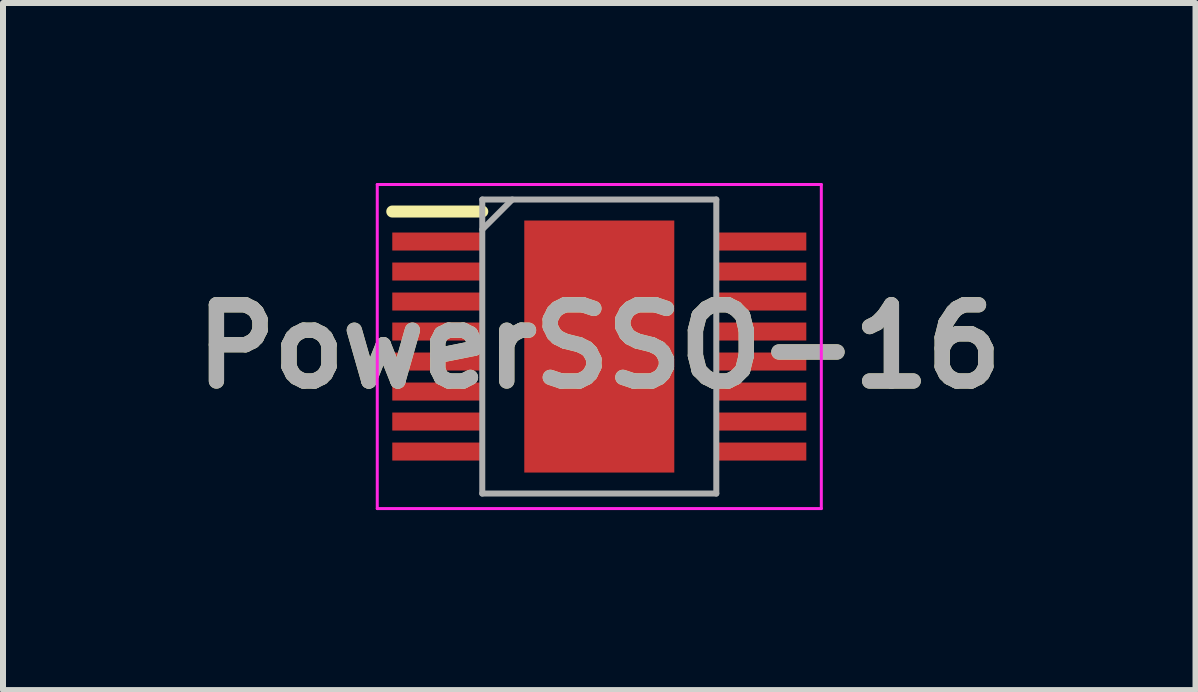
<source format=kicad_pcb>
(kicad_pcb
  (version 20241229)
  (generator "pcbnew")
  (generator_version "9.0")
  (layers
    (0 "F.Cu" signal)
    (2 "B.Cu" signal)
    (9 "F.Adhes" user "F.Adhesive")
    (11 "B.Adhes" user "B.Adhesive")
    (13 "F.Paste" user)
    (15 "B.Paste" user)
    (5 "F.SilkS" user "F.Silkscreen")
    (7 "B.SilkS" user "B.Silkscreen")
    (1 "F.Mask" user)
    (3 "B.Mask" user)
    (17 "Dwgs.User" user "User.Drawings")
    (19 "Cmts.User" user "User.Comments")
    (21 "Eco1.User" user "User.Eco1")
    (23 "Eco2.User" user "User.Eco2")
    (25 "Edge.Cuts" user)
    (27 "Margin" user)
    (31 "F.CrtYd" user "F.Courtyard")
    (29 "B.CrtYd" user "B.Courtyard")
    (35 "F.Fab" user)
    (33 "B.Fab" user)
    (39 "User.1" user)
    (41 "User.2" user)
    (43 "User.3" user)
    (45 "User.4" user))
  (footprint "PowerSSO-16"
    (layer "F.Cu")
    (at 6.937 2.725)
    (property "Reference" "PowerSSO-16" (at 0 0 0) (layer "F.SilkS") (effects (font (size 1.27 1.27) (thickness 0.254))))
    (attr smd)
    (fp_line (start -3.45 -2.25) (end -1.95 -2.25) (stroke (width 0.2) (type solid)) (layer "F.SilkS"))
    (fp_line (start -3.7 -2.7) (end 3.7 -2.7) (stroke (width 0.05) (type solid)) (layer "F.CrtYd"))
    (fp_line (start -3.7 2.7) (end -3.7 -2.7) (stroke (width 0.05) (type solid)) (layer "F.CrtYd"))
    (fp_line (start 3.7 -2.7) (end 3.7 2.7) (stroke (width 0.05) (type solid)) (layer "F.CrtYd"))
    (fp_line (start 3.7 2.7) (end -3.7 2.7) (stroke (width 0.05) (type solid)) (layer "F.CrtYd"))
    (fp_line (start -1.95 -2.45) (end 1.95 -2.45) (stroke (width 0.1) (type solid)) (layer "F.Fab"))
    (fp_line (start -1.95 -1.95) (end -1.45 -2.45) (stroke (width 0.1) (type solid)) (layer "F.Fab"))
    (fp_line (start -1.95 2.45) (end -1.95 -2.45) (stroke (width 0.1) (type solid)) (layer "F.Fab"))
    (fp_line (start 1.95 -2.45) (end 1.95 2.45) (stroke (width 0.1) (type solid)) (layer "F.Fab"))
    (fp_line (start 1.95 2.45) (end -1.95 2.45) (stroke (width 0.1) (type solid)) (layer "F.Fab"))
    (fp_text user "${REFERENCE}" (at 0 0 0) (layer "F.Fab") (effects (font (size 1.27 1.27) (thickness 0.254))))
    (pad "1" smd rect (at -2.7 -1.75 90) (size 0.3 1.5) (layers "F.Cu" "F.Mask" "F.Paste"))
    (pad "2" smd rect (at -2.7 -1.25 90) (size 0.3 1.5) (layers "F.Cu" "F.Mask" "F.Paste"))
    (pad "3" smd rect (at -2.7 -0.75 90) (size 0.3 1.5) (layers "F.Cu" "F.Mask" "F.Paste"))
    (pad "4" smd rect (at -2.7 -0.25 90) (size 0.3 1.5) (layers "F.Cu" "F.Mask" "F.Paste"))
    (pad "5" smd rect (at -2.7 0.25 90) (size 0.3 1.5) (layers "F.Cu" "F.Mask" "F.Paste"))
    (pad "6" smd rect (at -2.7 0.75 90) (size 0.3 1.5) (layers "F.Cu" "F.Mask" "F.Paste"))
    (pad "7" smd rect (at -2.7 1.25 90) (size 0.3 1.5) (layers "F.Cu" "F.Mask" "F.Paste"))
    (pad "8" smd rect (at -2.7 1.75 90) (size 0.3 1.5) (layers "F.Cu" "F.Mask" "F.Paste"))
    (pad "9" smd rect (at 2.7 1.75 90) (size 0.3 1.5) (layers "F.Cu" "F.Mask" "F.Paste"))
    (pad "10" smd rect (at 2.7 1.25 90) (size 0.3 1.5) (layers "F.Cu" "F.Mask" "F.Paste"))
    (pad "11" smd rect (at 2.7 0.75 90) (size 0.3 1.5) (layers "F.Cu" "F.Mask" "F.Paste"))
    (pad "12" smd rect (at 2.7 0.25 90) (size 0.3 1.5) (layers "F.Cu" "F.Mask" "F.Paste"))
    (pad "13" smd rect (at 2.7 -0.25 90) (size 0.3 1.5) (layers "F.Cu" "F.Mask" "F.Paste"))
    (pad "14" smd rect (at 2.7 -0.75 90) (size 0.3 1.5) (layers "F.Cu" "F.Mask" "F.Paste"))
    (pad "15" smd rect (at 2.7 -1.25 90) (size 0.3 1.5) (layers "F.Cu" "F.Mask" "F.Paste"))
    (pad "16" smd rect (at 2.7 -1.75 90) (size 0.3 1.5) (layers "F.Cu" "F.Mask" "F.Paste"))
    (pad "17" smd rect (at 0 0) (size 2.5 4.2) (layers "F.Cu" "F.Mask" "F.Paste")))
  (gr_rect
    (start -3 -3)
    (end 16.873 8.45)
    (stroke (width 0.1) (type default))
    (fill no)
    (layer "Edge.Cuts")))
</source>
